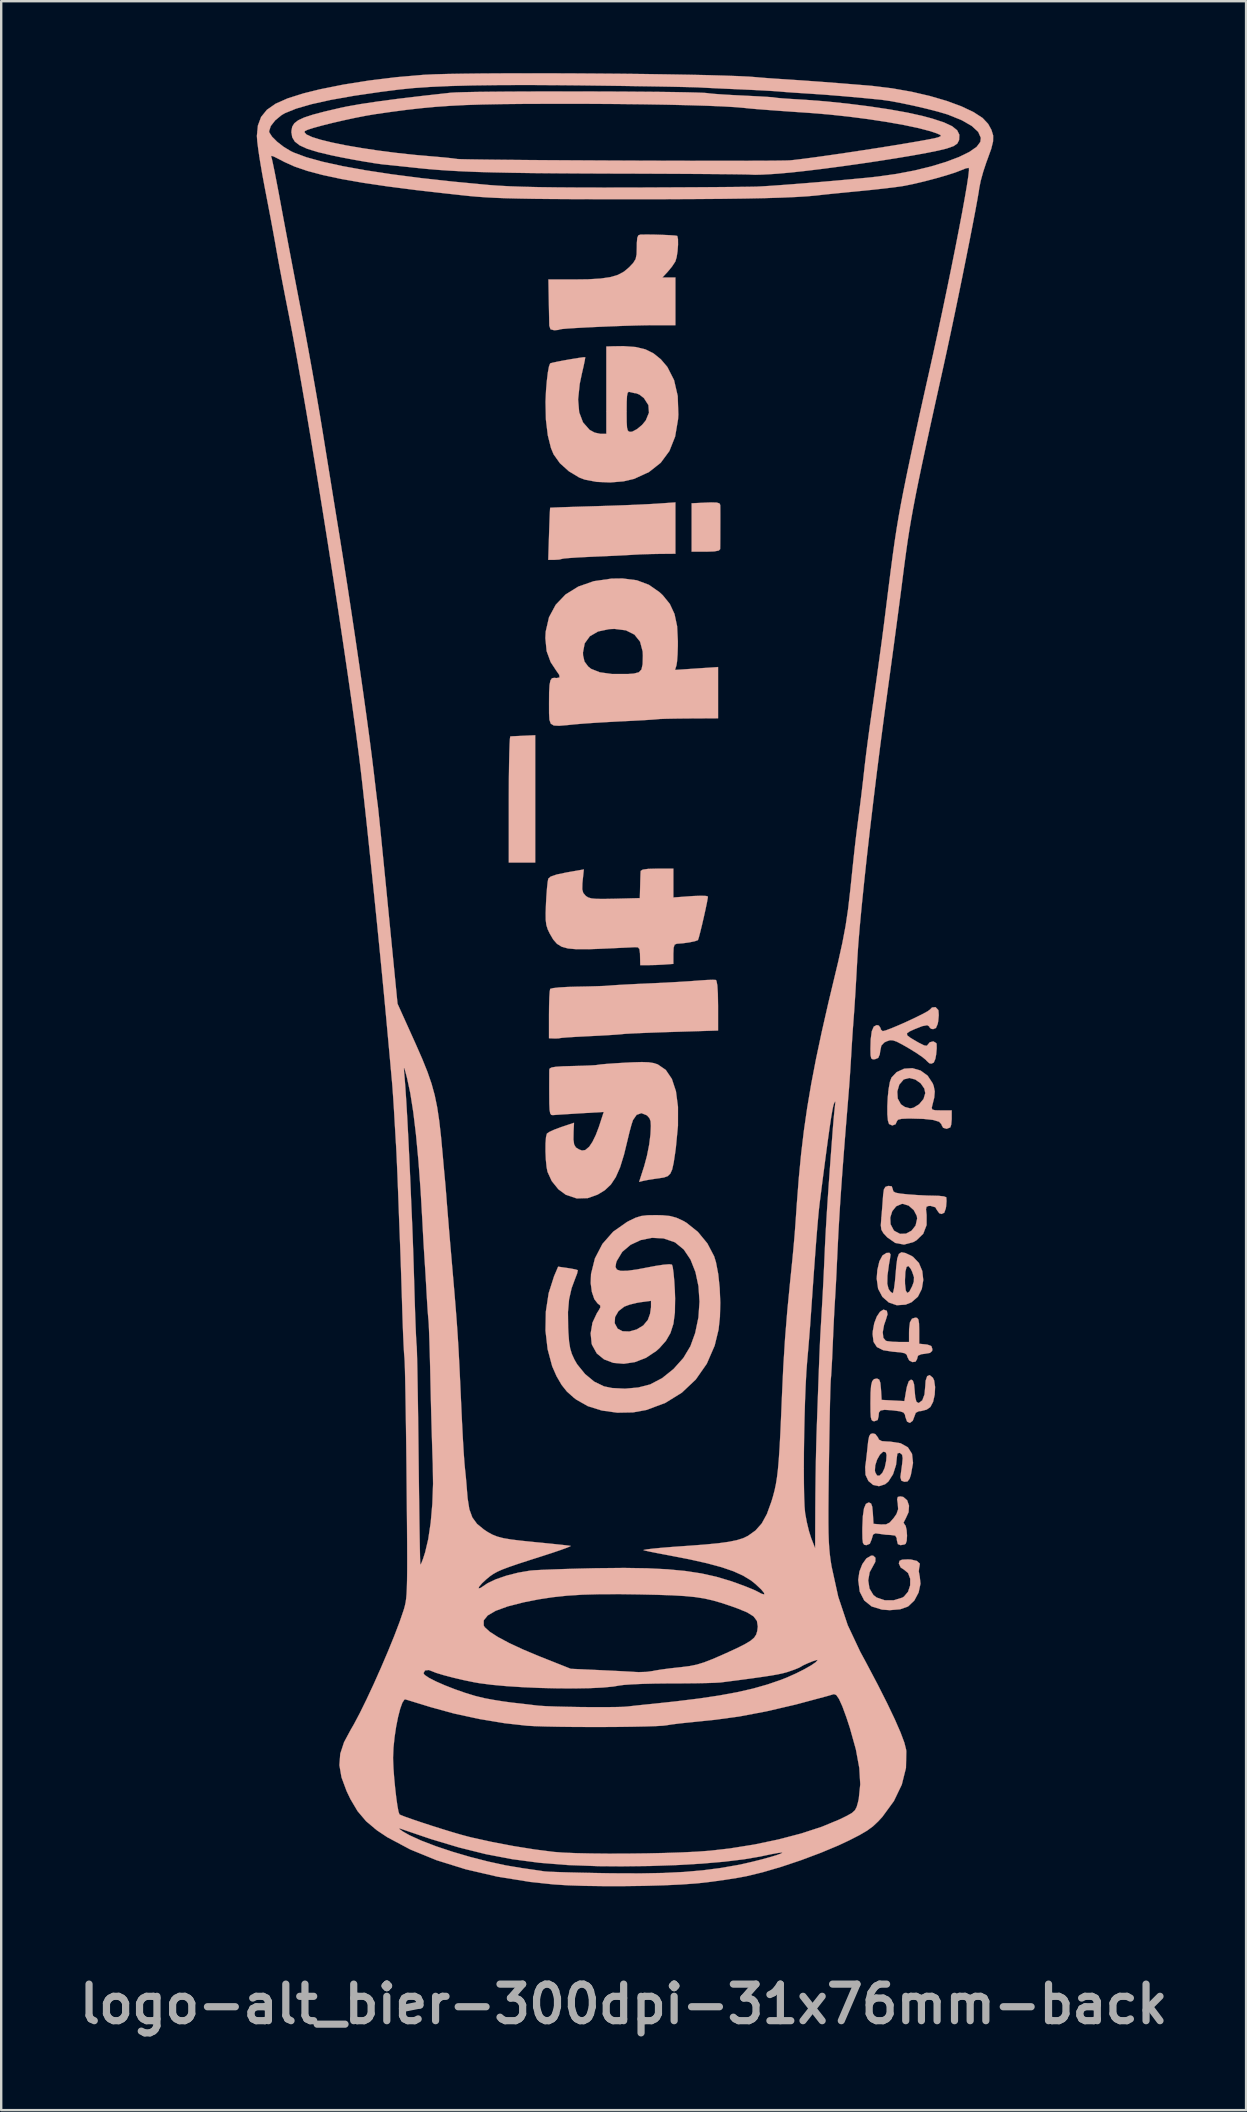
<source format=kicad_pcb>
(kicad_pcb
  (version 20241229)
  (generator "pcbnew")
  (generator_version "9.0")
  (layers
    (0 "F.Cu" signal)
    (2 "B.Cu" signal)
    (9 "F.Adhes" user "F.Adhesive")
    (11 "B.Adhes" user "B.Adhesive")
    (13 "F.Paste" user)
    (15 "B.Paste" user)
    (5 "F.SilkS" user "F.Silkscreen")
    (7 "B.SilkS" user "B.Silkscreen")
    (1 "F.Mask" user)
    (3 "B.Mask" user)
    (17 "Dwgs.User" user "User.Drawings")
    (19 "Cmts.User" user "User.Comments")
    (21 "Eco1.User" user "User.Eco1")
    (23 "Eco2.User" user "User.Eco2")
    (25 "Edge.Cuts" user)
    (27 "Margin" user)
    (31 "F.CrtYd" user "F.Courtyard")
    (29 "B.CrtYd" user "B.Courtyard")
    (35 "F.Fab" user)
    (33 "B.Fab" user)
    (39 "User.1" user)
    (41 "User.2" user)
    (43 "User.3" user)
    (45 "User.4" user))
  (footprint "logo-alt_bier-300dpi-31x76mm-back"
    (layer "F.Cu")
    (at 22.89 38.222)
    (property "Reference" "logo-alt_bier-300dpi-31x76mm-back" (at 0.05 42.25 0) (layer "F.Fab") (effects (font (size 1.524 1.524) (thickness 0.3))))
    (attr through_hole)
    (fp_poly (pts (xy -4.122 -10.61) (xy -4.397 -10.597) (xy -4.6 -10.587) (xy -4.672 -10.582) (xy -4.688 -10.499) (xy -4.702 -10.267) (xy -4.714 -9.907) (xy -4.724 -9.438) (xy -4.732 -8.882) (xy -4.735 -8.259) (xy -4.736 -7.951) (xy -4.736 -5.326) (xy -3.635 -5.326) (xy -3.635 -10.632) (xy -4.122 -10.61)) (stroke (width 0.01) (type solid)) (fill yes) (layer "B.SilkS"))
    (fp_poly (pts (xy 3.477 -20.326) (xy 2.884 -20.298) (xy 2.884 -18.28) (xy 3.477 -18.28) (xy 3.823 -18.292) (xy 4.016 -18.328) (xy 4.072 -18.386) (xy 4.075 -18.556) (xy 4.077 -18.835) (xy 4.078 -19.175) (xy 4.079 -19.532) (xy 4.079 -19.857) (xy 4.078 -20.105) (xy 4.076 -20.227) (xy 4.042 -20.294) (xy 3.926 -20.328) (xy 3.694 -20.334) (xy 3.477 -20.326)) (stroke (width 0.01) (type solid)) (fill yes) (layer "B.SilkS"))
    (fp_poly (pts (xy 1.424 -20.281) (xy 1.094 -20.262) (xy 0.635 -20.24) (xy 0.088 -20.217) (xy -0.506 -20.196) (xy -1.107 -20.177) (xy -1.18 -20.175) (xy -1.715 -20.159) (xy -2.189 -20.144) (xy -2.578 -20.131) (xy -2.856 -20.12) (xy -2.998 -20.113) (xy -3.012 -20.111) (xy -3.019 -20.028) (xy -3.03 -19.807) (xy -3.042 -19.481) (xy -3.056 -19.083) (xy -3.058 -19.021) (xy -3.092 -17.941) (xy -2.827 -17.941) (xy -2.631 -17.953) (xy -2.524 -17.98) (xy -2.523 -17.981) (xy -2.429 -17.998) (xy -2.197 -18.018) (xy -1.856 -18.041) (xy -1.437 -18.062) (xy -1.218 -18.072) (xy -0.732 -18.093) (xy -0.269 -18.114) (xy 0.126 -18.134) (xy 0.41 -18.15) (xy 0.471 -18.154) (xy 0.775 -18.17) (xy 1.164 -18.182) (xy 1.551 -18.189) (xy 2.207 -18.195) (xy 2.207 -20.335) (xy 1.424 -20.281)) (stroke (width 0.01) (type solid)) (fill yes) (layer "B.SilkS"))
    (fp_poly (pts (xy 10.359 23.561) (xy 10.167 23.675) (xy 9.998 23.912) (xy 9.876 24.223) (xy 9.827 24.562) (xy 9.827 24.578) (xy 9.889 25.06) (xy 10.076 25.426) (xy 10.385 25.676) (xy 10.816 25.808) (xy 11.139 25.831) (xy 11.573 25.795) (xy 11.889 25.683) (xy 11.913 25.669) (xy 12.165 25.429) (xy 12.343 25.094) (xy 12.421 24.729) (xy 12.391 24.439) (xy 12.35 24.217) (xy 12.367 24.054) (xy 12.373 24.044) (xy 12.395 23.893) (xy 12.271 23.78) (xy 12.021 23.72) (xy 11.891 23.715) (xy 11.657 23.726) (xy 11.548 23.774) (xy 11.52 23.879) (xy 11.52 23.886) (xy 11.597 24.054) (xy 11.724 24.135) (xy 11.904 24.283) (xy 11.993 24.521) (xy 11.991 24.798) (xy 11.903 25.064) (xy 11.731 25.267) (xy 11.663 25.309) (xy 11.299 25.42) (xy 10.924 25.417) (xy 10.596 25.305) (xy 10.458 25.2) (xy 10.295 24.928) (xy 10.243 24.589) (xy 10.304 24.246) (xy 10.428 24.02) (xy 10.539 23.814) (xy 10.544 23.647) (xy 10.449 23.56) (xy 10.359 23.561)) (stroke (width 0.01) (type solid)) (fill yes) (layer "B.SilkS"))
    (fp_poly (pts (xy 10.734 13.396) (xy 10.6 13.595) (xy 10.494 13.873) (xy 10.434 14.199) (xy 10.426 14.328) (xy 10.464 14.648) (xy 10.605 14.866) (xy 10.868 14.998) (xy 11.273 15.061) (xy 11.293 15.062) (xy 11.595 15.088) (xy 11.768 15.126) (xy 11.849 15.19) (xy 11.876 15.279) (xy 11.951 15.424) (xy 12.084 15.493) (xy 12.214 15.476) (xy 12.281 15.364) (xy 12.282 15.344) (xy 12.318 15.225) (xy 12.455 15.165) (xy 12.6 15.147) (xy 12.816 15.11) (xy 12.906 15.029) (xy 12.917 14.952) (xy 12.873 14.825) (xy 12.713 14.765) (xy 12.642 14.756) (xy 12.367 14.729) (xy 12.367 14.184) (xy 12.361 13.887) (xy 12.336 13.722) (xy 12.282 13.652) (xy 12.207 13.639) (xy 12.066 13.684) (xy 11.982 13.835) (xy 11.947 14.117) (xy 11.944 14.281) (xy 11.944 14.655) (xy 11.527 14.655) (xy 11.254 14.645) (xy 11.038 14.62) (xy 10.977 14.604) (xy 10.873 14.481) (xy 10.848 14.247) (xy 10.903 13.943) (xy 10.972 13.749) (xy 11.048 13.501) (xy 11.02 13.36) (xy 11.012 13.351) (xy 10.877 13.305) (xy 10.734 13.396)) (stroke (width 0.01) (type solid)) (fill yes) (layer "B.SilkS"))
    (fp_poly (pts (xy 11.52 10.986) (xy 11.453 11.176) (xy 11.411 11.504) (xy 11.389 11.777) (xy 11.357 12.132) (xy 11.32 12.414) (xy 11.282 12.586) (xy 11.258 12.623) (xy 11.169 12.557) (xy 11.09 12.442) (xy 11.037 12.229) (xy 11.044 11.891) (xy 11.109 11.412) (xy 11.148 11.198) (xy 11.174 11.009) (xy 11.132 10.94) (xy 11.004 10.944) (xy 10.838 11.049) (xy 10.707 11.295) (xy 10.623 11.655) (xy 10.596 12.014) (xy 10.655 12.436) (xy 10.833 12.774) (xy 11.101 13.009) (xy 11.433 13.123) (xy 11.803 13.098) (xy 12.048 12.999) (xy 12.314 12.767) (xy 12.476 12.444) (xy 12.537 12.074) (xy 12.524 11.955) (xy 12.15 11.955) (xy 12.143 12.139) (xy 12.076 12.327) (xy 11.96 12.552) (xy 11.869 12.612) (xy 11.808 12.508) (xy 11.777 12.241) (xy 11.774 12.078) (xy 11.791 11.728) (xy 11.84 11.529) (xy 11.917 11.487) (xy 12.016 11.607) (xy 12.074 11.728) (xy 12.15 11.955) (xy 12.524 11.955) (xy 12.496 11.698) (xy 12.355 11.362) (xy 12.112 11.107) (xy 12.031 11.058) (xy 11.791 10.947) (xy 11.627 10.916) (xy 11.52 10.986)) (stroke (width 0.01) (type solid)) (fill yes) (layer "B.SilkS"))
    (fp_poly (pts (xy 11.475 21.113) (xy 11.448 21.213) (xy 11.474 21.393) (xy 11.49 21.624) (xy 11.421 21.823) (xy 11.306 21.99) (xy 11.14 22.179) (xy 10.984 22.256) (xy 10.772 22.259) (xy 10.462 22.233) (xy 10.436 21.788) (xy 10.411 21.522) (xy 10.362 21.387) (xy 10.276 21.345) (xy 10.257 21.344) (xy 10.146 21.403) (xy 10.067 21.589) (xy 10.019 21.915) (xy 9.998 22.392) (xy 9.997 22.55) (xy 10.002 22.855) (xy 10.023 23.027) (xy 10.073 23.104) (xy 10.161 23.122) (xy 10.168 23.122) (xy 10.309 23.065) (xy 10.388 22.875) (xy 10.392 22.86) (xy 10.445 22.681) (xy 10.545 22.628) (xy 10.696 22.648) (xy 10.975 22.687) (xy 11.192 22.699) (xy 11.369 22.724) (xy 11.431 22.829) (xy 11.436 22.91) (xy 11.478 23.079) (xy 11.591 23.122) (xy 11.752 23.094) (xy 11.803 23.066) (xy 11.847 22.939) (xy 11.86 22.728) (xy 11.844 22.499) (xy 11.804 22.319) (xy 11.758 22.256) (xy 11.715 22.184) (xy 11.796 22.026) (xy 11.801 22.018) (xy 11.925 21.747) (xy 11.943 21.477) (xy 11.866 21.252) (xy 11.704 21.113) (xy 11.579 21.09) (xy 11.475 21.113)) (stroke (width 0.01) (type solid)) (fill yes) (layer "B.SilkS"))
    (fp_poly (pts (xy 3.525 -0.432) (xy 3.207 -0.411) (xy 3.12 -0.404) (xy 2.789 -0.379) (xy 2.338 -0.351) (xy 1.82 -0.322) (xy 1.283 -0.296) (xy 1.074 -0.287) (xy 0.591 -0.265) (xy 0.149 -0.242) (xy -0.215 -0.222) (xy -0.466 -0.205) (xy -0.545 -0.198) (xy -0.726 -0.185) (xy -1.034 -0.173) (xy -1.427 -0.162) (xy -1.861 -0.153) (xy -1.88 -0.153) (xy -2.292 -0.141) (xy -2.639 -0.121) (xy -2.889 -0.093) (xy -3.007 -0.062) (xy -3.011 -0.058) (xy -3.031 0.054) (xy -3.047 0.298) (xy -3.057 0.638) (xy -3.061 1.009) (xy -3.061 1.998) (xy -2.841 2.006) (xy -2.669 2.004) (xy -2.597 1.99) (xy -2.509 1.978) (xy -2.282 1.96) (xy -1.948 1.939) (xy -1.539 1.918) (xy -1.389 1.91) (xy -0.941 1.888) (xy -0.54 1.865) (xy -0.221 1.844) (xy -0.025 1.827) (xy 0.002 1.823) (xy 0.145 1.811) (xy 0.43 1.796) (xy 0.829 1.778) (xy 1.314 1.759) (xy 1.858 1.74) (xy 2.097 1.733) (xy 3.985 1.675) (xy 3.985 0.637) (xy 3.977 0.142) (xy 3.955 -0.205) (xy 3.919 -0.396) (xy 3.893 -0.432) (xy 3.77 -0.439) (xy 3.525 -0.432)) (stroke (width 0.01) (type solid)) (fill yes) (layer "B.SilkS"))
    (fp_poly (pts (xy 0.778 -31.495) (xy 0.747 -31.494) (xy 0.663 -31.464) (xy 0.618 -31.36) (xy 0.6 -31.142) (xy 0.598 -30.97) (xy 0.59 -30.672) (xy 0.549 -30.475) (xy 0.448 -30.313) (xy 0.281 -30.135) (xy 0.063 -29.952) (xy -0.191 -29.816) (xy -0.509 -29.722) (xy -0.918 -29.663) (xy -1.444 -29.632) (xy -2.009 -29.625) (xy -3.085 -29.625) (xy -3.069 -28.757) (xy -3.062 -28.371) (xy -3.055 -28.031) (xy -3.05 -27.785) (xy -3.048 -27.699) (xy -2.997 -27.548) (xy -2.845 -27.509) (xy -2.677 -27.522) (xy -2.612 -27.543) (xy -2.517 -27.56) (xy -2.281 -27.581) (xy -1.931 -27.603) (xy -1.496 -27.627) (xy -1.003 -27.65) (xy -0.481 -27.672) (xy 0.043 -27.692) (xy 0.541 -27.707) (xy 0.984 -27.717) (xy 1.339 -27.72) (xy 2.207 -27.72) (xy 2.207 -28.715) (xy 2.207 -29.71) (xy 1.667 -29.71) (xy 1.884 -29.943) (xy 2.062 -30.158) (xy 2.199 -30.365) (xy 2.206 -30.377) (xy 2.258 -30.549) (xy 2.297 -30.802) (xy 2.317 -31.074) (xy 2.315 -31.305) (xy 2.287 -31.436) (xy 2.283 -31.44) (xy 2.191 -31.456) (xy 1.974 -31.471) (xy 1.679 -31.484) (xy 1.351 -31.494) (xy 1.036 -31.498) (xy 0.778 -31.495)) (stroke (width 0.01) (type solid)) (fill yes) (layer "B.SilkS"))
    (fp_poly (pts (xy 10.342 18.488) (xy 10.282 18.583) (xy 10.242 18.785) (xy 10.219 18.994) (xy 10.182 19.344) (xy 10.142 19.683) (xy 10.117 19.863) (xy 10.13 20.192) (xy 10.251 20.448) (xy 10.449 20.613) (xy 10.69 20.665) (xy 10.944 20.585) (xy 11.084 20.469) (xy 11.278 20.166) (xy 11.403 19.776) (xy 11.436 19.463) (xy 11.45 19.365) (xy 11.008 19.365) (xy 10.992 19.599) (xy 10.991 19.608) (xy 10.93 19.898) (xy 10.831 20.109) (xy 10.718 20.223) (xy 10.612 20.221) (xy 10.535 20.085) (xy 10.521 20.013) (xy 10.535 19.797) (xy 10.613 19.557) (xy 10.729 19.351) (xy 10.854 19.236) (xy 10.892 19.227) (xy 10.978 19.255) (xy 11.008 19.365) (xy 11.45 19.365) (xy 11.458 19.302) (xy 11.542 19.275) (xy 11.573 19.285) (xy 11.655 19.353) (xy 11.679 19.499) (xy 11.658 19.727) (xy 11.621 20.002) (xy 11.591 20.23) (xy 11.584 20.286) (xy 11.623 20.432) (xy 11.748 20.481) (xy 11.88 20.467) (xy 11.967 20.352) (xy 12.022 20.185) (xy 12.11 19.696) (xy 12.068 19.316) (xy 11.895 19.043) (xy 11.589 18.874) (xy 11.149 18.806) (xy 11.052 18.804) (xy 10.812 18.787) (xy 10.69 18.723) (xy 10.649 18.635) (xy 10.54 18.493) (xy 10.437 18.465) (xy 10.342 18.488)) (stroke (width 0.01) (type solid)) (fill yes) (layer "B.SilkS"))
    (fp_poly (pts (xy 12.699 16.08) (xy 12.635 16.27) (xy 12.621 16.486) (xy 12.588 16.842) (xy 12.497 17.086) (xy 12.357 17.192) (xy 12.326 17.195) (xy 12.249 17.139) (xy 12.202 16.954) (xy 12.181 16.709) (xy 12.153 16.416) (xy 12.103 16.263) (xy 12.028 16.222) (xy 11.932 16.294) (xy 11.855 16.518) (xy 11.825 16.67) (xy 11.749 17.118) (xy 11.275 17.093) (xy 10.801 17.068) (xy 10.775 16.624) (xy 10.749 16.358) (xy 10.702 16.223) (xy 10.616 16.18) (xy 10.594 16.179) (xy 10.483 16.203) (xy 10.408 16.291) (xy 10.363 16.47) (xy 10.341 16.766) (xy 10.335 17.202) (xy 10.338 17.562) (xy 10.351 17.785) (xy 10.383 17.904) (xy 10.439 17.95) (xy 10.504 17.957) (xy 10.638 17.906) (xy 10.674 17.751) (xy 10.689 17.594) (xy 10.76 17.509) (xy 10.92 17.482) (xy 11.205 17.499) (xy 11.289 17.508) (xy 11.562 17.543) (xy 11.708 17.592) (xy 11.772 17.678) (xy 11.791 17.777) (xy 11.862 17.973) (xy 11.98 18.027) (xy 12.099 17.937) (xy 12.154 17.793) (xy 12.224 17.606) (xy 12.356 17.539) (xy 12.445 17.534) (xy 12.679 17.473) (xy 12.834 17.363) (xy 12.946 17.15) (xy 13.014 16.849) (xy 13.03 16.529) (xy 12.99 16.257) (xy 12.937 16.145) (xy 12.803 16.034) (xy 12.699 16.08)) (stroke (width 0.01) (type solid)) (fill yes) (layer "B.SilkS"))
    (fp_poly (pts (xy 11.741 3.265) (xy 11.426 3.41) (xy 11.211 3.638) (xy 11.146 3.817) (xy 11.094 4.106) (xy 11.057 4.459) (xy 11.039 4.829) (xy 11.04 5.17) (xy 11.065 5.433) (xy 11.11 5.57) (xy 11.246 5.632) (xy 11.382 5.581) (xy 11.436 5.46) (xy 11.482 5.392) (xy 11.64 5.354) (xy 11.937 5.342) (xy 11.974 5.342) (xy 12.541 5.357) (xy 12.946 5.401) (xy 13.196 5.476) (xy 13.296 5.583) (xy 13.298 5.608) (xy 13.365 5.728) (xy 13.512 5.771) (xy 13.661 5.713) (xy 13.665 5.709) (xy 13.702 5.595) (xy 13.721 5.383) (xy 13.722 5.328) (xy 13.722 5.003) (xy 13.288 5.003) (xy 13.036 4.998) (xy 12.916 4.969) (xy 12.89 4.898) (xy 12.909 4.813) (xy 12.995 4.467) (xy 13.01 4.284) (xy 12.621 4.284) (xy 12.548 4.527) (xy 12.365 4.748) (xy 12.129 4.893) (xy 11.99 4.919) (xy 11.768 4.86) (xy 11.605 4.749) (xy 11.473 4.51) (xy 11.454 4.215) (xy 11.538 3.929) (xy 11.72 3.716) (xy 11.724 3.713) (xy 11.951 3.652) (xy 12.201 3.715) (xy 12.427 3.872) (xy 12.581 4.093) (xy 12.621 4.284) (xy 13.01 4.284) (xy 13.016 4.215) (xy 12.974 3.995) (xy 12.93 3.877) (xy 12.719 3.556) (xy 12.425 3.343) (xy 12.086 3.244) (xy 11.741 3.265)) (stroke (width 0.01) (type solid)) (fill yes) (layer "B.SilkS"))
    (fp_poly (pts (xy 10.959 8.191) (xy 10.896 8.298) (xy 10.865 8.516) (xy 10.859 8.602) (xy 10.834 8.944) (xy 10.803 9.334) (xy 10.787 9.512) (xy 10.768 9.795) (xy 10.791 9.976) (xy 10.877 10.124) (xy 11.038 10.296) (xy 11.372 10.528) (xy 11.735 10.595) (xy 12.114 10.495) (xy 12.252 10.418) (xy 12.535 10.145) (xy 12.675 9.783) (xy 12.676 9.513) (xy 12.282 9.513) (xy 12.217 9.8) (xy 12.05 10.015) (xy 11.82 10.139) (xy 11.569 10.149) (xy 11.337 10.028) (xy 11.305 9.995) (xy 11.175 9.749) (xy 11.161 9.47) (xy 11.244 9.205) (xy 11.409 8.999) (xy 11.64 8.901) (xy 11.688 8.898) (xy 11.93 8.973) (xy 12.142 9.16) (xy 12.268 9.403) (xy 12.282 9.513) (xy 12.676 9.513) (xy 12.676 9.361) (xy 12.651 9.129) (xy 12.672 9.019) (xy 12.76 8.985) (xy 12.842 8.983) (xy 13.038 9.04) (xy 13.104 9.152) (xy 13.204 9.29) (xy 13.299 9.321) (xy 13.412 9.268) (xy 13.476 9.087) (xy 13.489 9.004) (xy 13.506 8.781) (xy 13.498 8.637) (xy 13.493 8.623) (xy 13.396 8.587) (xy 13.183 8.564) (xy 13.01 8.559) (xy 12.691 8.552) (xy 12.292 8.532) (xy 11.914 8.505) (xy 11.583 8.471) (xy 11.387 8.434) (xy 11.293 8.38) (xy 11.267 8.299) (xy 11.266 8.287) (xy 11.221 8.165) (xy 11.076 8.151) (xy 10.959 8.191)) (stroke (width 0.01) (type solid)) (fill yes) (layer "B.SilkS"))
    (fp_poly (pts (xy 12.9 0.715) (xy 12.816 0.801) (xy 12.719 0.872) (xy 12.503 0.99) (xy 12.207 1.137) (xy 11.868 1.296) (xy 11.524 1.449) (xy 11.214 1.579) (xy 10.975 1.669) (xy 10.848 1.701) (xy 10.768 1.633) (xy 10.758 1.574) (xy 10.688 1.469) (xy 10.6 1.447) (xy 10.475 1.51) (xy 10.391 1.705) (xy 10.346 2.044) (xy 10.335 2.437) (xy 10.341 2.702) (xy 10.369 2.835) (xy 10.436 2.877) (xy 10.525 2.871) (xy 10.66 2.816) (xy 10.725 2.667) (xy 10.742 2.535) (xy 10.79 2.305) (xy 10.913 2.173) (xy 11.015 2.124) (xy 11.142 2.082) (xy 11.268 2.083) (xy 11.43 2.138) (xy 11.665 2.26) (xy 11.949 2.424) (xy 12.254 2.612) (xy 12.499 2.78) (xy 12.65 2.903) (xy 12.68 2.941) (xy 12.791 3.04) (xy 12.873 3.056) (xy 12.975 3.01) (xy 13.042 2.852) (xy 13.075 2.666) (xy 13.097 2.418) (xy 13.093 2.24) (xy 13.081 2.201) (xy 12.957 2.127) (xy 12.807 2.164) (xy 12.737 2.25) (xy 12.684 2.31) (xy 12.573 2.294) (xy 12.369 2.193) (xy 12.295 2.152) (xy 12.011 1.985) (xy 11.867 1.874) (xy 11.857 1.791) (xy 11.973 1.71) (xy 12.157 1.625) (xy 12.495 1.492) (xy 12.702 1.453) (xy 12.787 1.506) (xy 12.79 1.532) (xy 12.861 1.602) (xy 12.949 1.617) (xy 13.066 1.569) (xy 13.138 1.402) (xy 13.16 1.285) (xy 13.183 1.036) (xy 13.17 0.845) (xy 13.162 0.819) (xy 13.049 0.7) (xy 12.9 0.715)) (stroke (width 0.01) (type solid)) (fill yes) (layer "B.SilkS"))
    (fp_poly (pts (xy 1.071 -5.062) (xy 0.849 -5.032) (xy 0.761 -4.978) (xy 0.759 -4.966) (xy 0.752 -4.829) (xy 0.744 -4.582) (xy 0.738 -4.352) (xy 0.725 -3.844) (xy -0.32 -3.817) (xy -0.768 -3.809) (xy -1.08 -3.812) (xy -1.287 -3.831) (xy -1.423 -3.869) (xy -1.518 -3.929) (xy -1.536 -3.944) (xy -1.634 -4.061) (xy -1.675 -4.212) (xy -1.669 -4.454) (xy -1.658 -4.568) (xy -1.609 -5.039) (xy -2.322 -4.914) (xy -2.737 -4.828) (xy -2.991 -4.74) (xy -3.089 -4.656) (xy -3.116 -4.518) (xy -3.144 -4.254) (xy -3.17 -3.905) (xy -3.185 -3.633) (xy -3.2 -3.221) (xy -3.197 -2.934) (xy -3.171 -2.724) (xy -3.116 -2.547) (xy -3.028 -2.363) (xy -2.885 -2.119) (xy -2.729 -1.94) (xy -2.533 -1.818) (xy -2.269 -1.745) (xy -1.91 -1.713) (xy -1.431 -1.713) (xy -0.968 -1.73) (xy -0.505 -1.75) (xy -0.087 -1.77) (xy 0.249 -1.785) (xy 0.466 -1.796) (xy 0.514 -1.799) (xy 0.644 -1.792) (xy 0.708 -1.72) (xy 0.731 -1.539) (xy 0.734 -1.431) (xy 0.742 -1.05) (xy 1.072 -1.05) (xy 1.387 -1.056) (xy 1.722 -1.073) (xy 1.762 -1.076) (xy 2.122 -1.102) (xy 2.122 -1.521) (xy 2.133 -1.777) (xy 2.176 -1.905) (xy 2.264 -1.942) (xy 2.271 -1.943) (xy 2.517 -1.961) (xy 2.785 -1.998) (xy 3.013 -2.045) (xy 3.14 -2.09) (xy 3.146 -2.095) (xy 3.18 -2.192) (xy 3.238 -2.411) (xy 3.312 -2.711) (xy 3.39 -3.049) (xy 3.464 -3.381) (xy 3.523 -3.665) (xy 3.557 -3.859) (xy 3.562 -3.91) (xy 3.484 -3.934) (xy 3.276 -3.941) (xy 2.977 -3.932) (xy 2.842 -3.923) (xy 2.122 -3.87) (xy 2.122 -5.072) (xy 1.445 -5.072) (xy 1.071 -5.062)) (stroke (width 0.01) (type solid)) (fill yes) (layer "B.SilkS"))
    (fp_poly (pts (xy -0.397 -26.841) (xy -0.672 -26.831) (xy -0.672 -23.191) (xy -0.914 -23.191) (xy -1.159 -23.244) (xy -1.369 -23.358) (xy -1.644 -23.671) (xy -1.803 -24.091) (xy -1.848 -24.624) (xy -1.78 -25.274) (xy -1.694 -25.688) (xy -1.622 -26.001) (xy -1.571 -26.243) (xy -1.551 -26.374) (xy -1.552 -26.385) (xy -1.639 -26.382) (xy -1.844 -26.353) (xy -2.122 -26.308) (xy -2.425 -26.255) (xy -2.705 -26.201) (xy -2.916 -26.156) (xy -3.012 -26.128) (xy -3.012 -26.128) (xy -3.061 -26.002) (xy -3.109 -25.745) (xy -3.151 -25.394) (xy -3.185 -24.987) (xy -3.204 -24.562) (xy -3.205 -24.511) (xy -3.189 -23.78) (xy -3.111 -23.132) (xy -2.977 -22.597) (xy -2.869 -22.337) (xy -2.606 -21.968) (xy -2.233 -21.632) (xy -1.806 -21.374) (xy -1.57 -21.284) (xy -1.075 -21.19) (xy -0.512 -21.166) (xy 0.044 -21.212) (xy 0.488 -21.316) (xy 1.107 -21.601) (xy 1.595 -21.986) (xy 1.957 -22.476) (xy 2.196 -23.079) (xy 2.318 -23.801) (xy 2.33 -23.996) (xy 2.327 -24.074) (xy 1.106 -24.074) (xy 0.973 -23.751) (xy 0.818 -23.563) (xy 0.611 -23.391) (xy 0.419 -23.288) (xy 0.353 -23.275) (xy 0.272 -23.285) (xy 0.221 -23.335) (xy 0.191 -23.455) (xy 0.178 -23.677) (xy 0.175 -24.031) (xy 0.175 -24.131) (xy 0.178 -24.52) (xy 0.19 -24.767) (xy 0.216 -24.899) (xy 0.26 -24.943) (xy 0.309 -24.935) (xy 0.502 -24.889) (xy 0.567 -24.884) (xy 0.707 -24.828) (xy 0.883 -24.692) (xy 0.899 -24.676) (xy 1.082 -24.39) (xy 1.106 -24.074) (xy 2.327 -24.074) (xy 2.304 -24.77) (xy 2.151 -25.431) (xy 1.872 -25.979) (xy 1.601 -26.298) (xy 1.294 -26.545) (xy 0.956 -26.713) (xy 0.551 -26.81) (xy 0.045 -26.847) (xy -0.397 -26.841)) (stroke (width 0.01) (type solid)) (fill yes) (layer "B.SilkS"))
    (fp_poly (pts (xy -0.452 -17.159) (xy -1.197 -17.051) (xy -1.839 -16.827) (xy -2.371 -16.497) (xy -2.781 -16.068) (xy -3.06 -15.549) (xy -3.198 -14.951) (xy -3.212 -14.679) (xy -3.16 -14.14) (xy -2.993 -13.681) (xy -2.774 -13.348) (xy -2.634 -13.146) (xy -2.621 -13.041) (xy -2.738 -13.014) (xy -2.845 -13.023) (xy -2.937 -13.007) (xy -3 -12.916) (xy -3.038 -12.727) (xy -3.056 -12.417) (xy -3.059 -11.962) (xy -3.059 -11.941) (xy -3.058 -11.543) (xy -3.043 -11.275) (xy -2.986 -11.113) (xy -2.861 -11.037) (xy -2.639 -11.025) (xy -2.293 -11.054) (xy -1.984 -11.086) (xy -1.649 -11.114) (xy -1.196 -11.146) (xy -0.679 -11.177) (xy -0.15 -11.206) (xy 0.006 -11.213) (xy 0.468 -11.236) (xy 0.875 -11.258) (xy 1.196 -11.278) (xy 1.398 -11.293) (xy 1.445 -11.299) (xy 1.572 -11.309) (xy 1.835 -11.318) (xy 2.197 -11.325) (xy 2.626 -11.33) (xy 2.779 -11.331) (xy 3.985 -11.337) (xy 3.985 -13.474) (xy 2.19 -13.352) (xy 2.25 -13.54) (xy 2.276 -13.705) (xy 2.293 -13.945) (xy 0.851 -13.945) (xy 0.841 -13.591) (xy 0.793 -13.372) (xy 0.681 -13.254) (xy 0.475 -13.201) (xy 0.23 -13.183) (xy -0.434 -13.183) (xy -0.945 -13.254) (xy -1.306 -13.398) (xy -1.426 -13.493) (xy -1.582 -13.702) (xy -1.641 -13.959) (xy -1.645 -14.082) (xy -1.572 -14.462) (xy -1.359 -14.756) (xy -1.016 -14.955) (xy -0.553 -15.053) (xy -0.332 -15.063) (xy 0.145 -15.003) (xy 0.501 -14.824) (xy 0.735 -14.53) (xy 0.843 -14.122) (xy 0.851 -13.945) (xy 2.293 -13.945) (xy 2.297 -13.991) (xy 2.309 -14.349) (xy 2.31 -14.548) (xy 2.278 -15.177) (xy 2.17 -15.684) (xy 1.975 -16.103) (xy 1.679 -16.468) (xy 1.546 -16.591) (xy 1.104 -16.9) (xy 0.6 -17.089) (xy 0.007 -17.165) (xy -0.452 -17.159)) (stroke (width 0.01) (type solid)) (fill yes) (layer "B.SilkS"))
    (fp_poly (pts (xy 0.419 3) (xy 0.097 3.016) (xy -0.311 3.041) (xy -0.654 3.065) (xy -0.9 3.087) (xy -1.014 3.103) (xy -1.017 3.104) (xy -1.116 3.117) (xy -1.35 3.131) (xy -1.681 3.144) (xy -2.054 3.154) (xy -2.486 3.166) (xy -2.774 3.185) (xy -2.946 3.213) (xy -3.029 3.256) (xy -3.048 3.306) (xy -3.05 3.442) (xy -3.051 3.705) (xy -3.052 4.053) (xy -3.051 4.326) (xy -3.048 4.724) (xy -3.036 4.982) (xy -3.01 5.128) (xy -2.967 5.191) (xy -2.9 5.2) (xy -2.9 5.2) (xy -2.759 5.189) (xy -2.49 5.171) (xy -2.131 5.149) (xy -1.765 5.126) (xy -0.779 5.068) (xy -0.982 5.692) (xy -1.108 6.024) (xy -1.251 6.317) (xy -1.38 6.511) (xy -1.39 6.522) (xy -1.55 6.656) (xy -1.686 6.675) (xy -1.811 6.629) (xy -1.94 6.548) (xy -2.013 6.423) (xy -2.042 6.215) (xy -2.036 5.885) (xy -2.034 5.833) (xy -2.018 5.52) (xy -2.551 5.698) (xy -2.834 5.803) (xy -3.049 5.902) (xy -3.147 5.969) (xy -3.185 6.116) (xy -3.205 6.38) (xy -3.207 6.71) (xy -3.192 7.056) (xy -3.161 7.366) (xy -3.123 7.562) (xy -2.948 7.946) (xy -2.67 8.291) (xy -2.363 8.518) (xy -1.906 8.672) (xy -1.445 8.659) (xy -1.032 8.512) (xy -0.731 8.328) (xy -0.483 8.094) (xy -0.277 7.783) (xy -0.097 7.374) (xy 0.067 6.841) (xy 0.215 6.231) (xy 0.295 5.898) (xy 0.376 5.6) (xy 0.439 5.408) (xy 0.591 5.189) (xy 0.791 5.118) (xy 1.008 5.204) (xy 1.038 5.229) (xy 1.126 5.328) (xy 1.173 5.454) (xy 1.185 5.652) (xy 1.17 5.968) (xy 1.166 6.019) (xy 1.114 6.432) (xy 1.021 6.9) (xy 0.909 7.318) (xy 0.696 7.982) (xy 0.88 7.937) (xy 1.069 7.9) (xy 1.348 7.856) (xy 1.515 7.833) (xy 1.731 7.799) (xy 1.886 7.744) (xy 1.994 7.641) (xy 2.073 7.464) (xy 2.135 7.185) (xy 2.197 6.776) (xy 2.227 6.551) (xy 2.314 5.64) (xy 2.315 4.857) (xy 2.23 4.206) (xy 2.06 3.691) (xy 1.806 3.316) (xy 1.471 3.086) (xy 1.301 3.031) (xy 1.093 2.999) (xy 0.811 2.989) (xy 0.419 3)) (stroke (width 0.01) (type solid)) (fill yes) (layer "B.SilkS"))
    (fp_poly (pts (xy 1.039 9.373) (xy 0.775 9.405) (xy 0.541 9.479) (xy 0.266 9.613) (xy 0.189 9.654) (xy -0.385 10.057) (xy -0.834 10.568) (xy -1.147 11.17) (xy -1.309 11.821) (xy -1.323 12.203) (xy -1.274 12.568) (xy -1.172 12.868) (xy -1.03 13.054) (xy -1.018 13.061) (xy -0.927 13.133) (xy -0.922 13.217) (xy -1.007 13.368) (xy -1.06 13.446) (xy -1.247 13.845) (xy -1.325 14.295) (xy -1.283 14.722) (xy -1.266 14.777) (xy -1.07 15.131) (xy -0.765 15.38) (xy -0.381 15.525) (xy 0.057 15.563) (xy 0.52 15.493) (xy 0.983 15.314) (xy 1.416 15.025) (xy 1.54 14.913) (xy 1.81 14.61) (xy 2.001 14.282) (xy 2.124 13.898) (xy 2.186 13.426) (xy 2.189 13.209) (xy 1.191 13.209) (xy 1.15 13.483) (xy 1.059 13.735) (xy 0.867 13.966) (xy 0.594 14.132) (xy 0.291 14.217) (xy 0.006 14.208) (xy -0.2 14.099) (xy -0.323 13.872) (xy -0.307 13.613) (xy -0.163 13.366) (xy 0.08 13.179) (xy 0.307 13.095) (xy 0.61 13.022) (xy 0.754 12.998) (xy 1.191 12.94) (xy 1.191 13.209) (xy 2.189 13.209) (xy 2.195 12.836) (xy 2.184 12.51) (xy 2.16 12.111) (xy 2.129 11.774) (xy 2.096 11.535) (xy 2.064 11.431) (xy 1.954 11.415) (xy 1.715 11.434) (xy 1.383 11.484) (xy 1.146 11.529) (xy 0.598 11.633) (xy 0.196 11.688) (xy -0.076 11.691) (xy -0.232 11.638) (xy -0.289 11.528) (xy -0.263 11.356) (xy -0.235 11.276) (xy -0.008 10.899) (xy 0.337 10.606) (xy 0.763 10.407) (xy 1.233 10.314) (xy 1.712 10.338) (xy 2.163 10.491) (xy 2.206 10.514) (xy 2.558 10.803) (xy 2.838 11.221) (xy 3.043 11.74) (xy 3.169 12.332) (xy 3.212 12.972) (xy 3.167 13.631) (xy 3.031 14.283) (xy 2.832 14.833) (xy 2.539 15.321) (xy 2.13 15.779) (xy 1.653 16.162) (xy 1.156 16.423) (xy 1.148 16.426) (xy 0.659 16.551) (xy 0.105 16.601) (xy -0.435 16.573) (xy -0.768 16.504) (xy -1.173 16.309) (xy -1.561 15.988) (xy -1.889 15.582) (xy -2.002 15.387) (xy -2.108 15.154) (xy -2.178 14.921) (xy -2.224 14.637) (xy -2.253 14.255) (xy -2.263 14.044) (xy -2.27 13.404) (xy -2.224 12.876) (xy -2.118 12.411) (xy -1.969 12.009) (xy -1.89 11.804) (xy -1.861 11.676) (xy -1.865 11.66) (xy -1.962 11.63) (xy -2.169 11.591) (xy -2.29 11.572) (xy -2.68 11.516) (xy -2.852 11.921) (xy -3.075 12.621) (xy -3.192 13.389) (xy -3.207 14.182) (xy -3.118 14.956) (xy -2.928 15.666) (xy -2.749 16.075) (xy -2.536 16.442) (xy -2.317 16.718) (xy -2.032 16.973) (xy -1.923 17.057) (xy -1.443 17.329) (xy -0.859 17.512) (xy -0.216 17.601) (xy 0.442 17.589) (xy 0.998 17.488) (xy 1.788 17.193) (xy 2.477 16.766) (xy 3.057 16.218) (xy 3.516 15.56) (xy 3.844 14.805) (xy 4.006 14.138) (xy 4.063 13.61) (xy 4.078 13.015) (xy 4.053 12.405) (xy 3.993 11.828) (xy 3.899 11.336) (xy 3.823 11.087) (xy 3.54 10.547) (xy 3.142 10.064) (xy 2.669 9.686) (xy 2.514 9.597) (xy 2.244 9.475) (xy 1.984 9.405) (xy 1.666 9.374) (xy 1.403 9.368) (xy 1.039 9.373)) (stroke (width 0.01) (type solid)) (fill yes) (layer "B.SilkS"))
    (fp_poly (pts (xy -3.325 -37.46) (xy -4.119 -37.458) (xy -4.861 -37.454) (xy -5.533 -37.448) (xy -6.116 -37.441) (xy -6.592 -37.431) (xy -6.942 -37.42) (xy -7.149 -37.408) (xy -8.326 -37.277) (xy -9.341 -37.156) (xy -10.201 -37.042) (xy -10.913 -36.935) (xy -11.484 -36.834) (xy -11.762 -36.775) (xy -12.404 -36.625) (xy -12.897 -36.495) (xy -13.261 -36.376) (xy -13.514 -36.258) (xy -13.675 -36.133) (xy -13.762 -35.991) (xy -13.793 -35.823) (xy -13.795 -35.764) (xy -13.762 -35.552) (xy -13.654 -35.372) (xy -13.453 -35.216) (xy -13.142 -35.073) (xy -12.706 -34.938) (xy -12.128 -34.8) (xy -11.706 -34.713) (xy -11.216 -34.62) (xy -10.74 -34.536) (xy -10.323 -34.468) (xy -10.011 -34.424) (xy -9.943 -34.417) (xy -9.619 -34.385) (xy -9.202 -34.341) (xy -8.766 -34.295) (xy -8.63 -34.28) (xy -8.18 -34.234) (xy -7.714 -34.195) (xy -7.219 -34.161) (xy -6.678 -34.132) (xy -6.077 -34.107) (xy -5.401 -34.088) (xy -4.634 -34.072) (xy -3.76 -34.059) (xy -2.766 -34.05) (xy -1.635 -34.043) (xy -0.352 -34.038) (xy -0.129 -34.038) (xy 0.81 -34.035) (xy 1.701 -34.031) (xy 2.53 -34.027) (xy 3.283 -34.022) (xy 3.943 -34.017) (xy 4.496 -34.012) (xy 4.928 -34.006) (xy 5.223 -34.001) (xy 5.366 -33.995) (xy 5.374 -33.994) (xy 5.529 -33.988) (xy 5.809 -33.995) (xy 6.171 -34.014) (xy 6.483 -34.035) (xy 7.021 -34.083) (xy 7.659 -34.153) (xy 8.368 -34.239) (xy 9.124 -34.339) (xy 9.899 -34.448) (xy 10.668 -34.562) (xy 11.404 -34.678) (xy 12.081 -34.791) (xy 12.672 -34.898) (xy 13.151 -34.995) (xy 13.493 -35.077) (xy 13.53 -35.088) (xy 13.805 -35.185) (xy 13.956 -35.29) (xy 14.028 -35.433) (xy 14.03 -35.441) (xy 14.038 -35.601) (xy 13.27 -35.601) (xy 13.163 -35.551) (xy 13.01 -35.511) (xy 12.714 -35.453) (xy 12.298 -35.378) (xy 11.787 -35.291) (xy 11.204 -35.195) (xy 10.575 -35.095) (xy 9.923 -34.995) (xy 9.271 -34.896) (xy 8.646 -34.805) (xy 8.069 -34.724) (xy 7.566 -34.657) (xy 7.161 -34.608) (xy 6.991 -34.59) (xy 6.838 -34.584) (xy 6.534 -34.579) (xy 6.095 -34.575) (xy 5.538 -34.573) (xy 4.877 -34.571) (xy 4.128 -34.571) (xy 3.308 -34.571) (xy 2.432 -34.573) (xy 1.516 -34.575) (xy 0.575 -34.578) (xy -0.374 -34.582) (xy -1.317 -34.587) (xy -2.236 -34.592) (xy -3.117 -34.597) (xy -3.943 -34.603) (xy -4.7 -34.61) (xy -5.37 -34.617) (xy -5.938 -34.624) (xy -6.389 -34.631) (xy -6.707 -34.638) (xy -6.876 -34.645) (xy -6.895 -34.648) (xy -7.102 -34.676) (xy -7.415 -34.709) (xy -7.773 -34.741) (xy -7.826 -34.745) (xy -8.632 -34.815) (xy -9.421 -34.9) (xy -10.179 -34.998) (xy -10.889 -35.105) (xy -11.536 -35.217) (xy -12.103 -35.333) (xy -12.574 -35.448) (xy -12.933 -35.56) (xy -13.165 -35.666) (xy -13.252 -35.761) (xy -13.233 -35.81) (xy -13.112 -35.867) (xy -12.857 -35.948) (xy -12.499 -36.046) (xy -12.071 -36.153) (xy -11.603 -36.261) (xy -11.129 -36.363) (xy -10.679 -36.451) (xy -10.286 -36.517) (xy -10.28 -36.518) (xy -9.601 -36.615) (xy -8.976 -36.697) (xy -8.382 -36.764) (xy -7.796 -36.819) (xy -7.194 -36.861) (xy -6.551 -36.894) (xy -5.845 -36.917) (xy -5.051 -36.933) (xy -4.144 -36.942) (xy -3.103 -36.946) (xy -2.619 -36.947) (xy -1.409 -36.945) (xy -0.253 -36.938) (xy 0.835 -36.926) (xy 1.841 -36.909) (xy 2.748 -36.888) (xy 3.543 -36.864) (xy 4.21 -36.836) (xy 4.735 -36.805) (xy 5.043 -36.778) (xy 5.293 -36.752) (xy 5.608 -36.724) (xy 6.011 -36.693) (xy 6.523 -36.655) (xy 7.165 -36.61) (xy 7.795 -36.567) (xy 8.6 -36.501) (xy 9.423 -36.413) (xy 10.236 -36.308) (xy 11.012 -36.19) (xy 11.723 -36.064) (xy 12.339 -35.934) (xy 12.834 -35.804) (xy 13.088 -35.718) (xy 13.252 -35.647) (xy 13.27 -35.601) (xy 14.038 -35.601) (xy 14.041 -35.656) (xy 13.949 -35.843) (xy 13.739 -36.012) (xy 13.398 -36.171) (xy 12.912 -36.33) (xy 12.496 -36.442) (xy 11.871 -36.58) (xy 11.118 -36.715) (xy 10.275 -36.841) (xy 9.384 -36.953) (xy 8.485 -37.046) (xy 7.617 -37.113) (xy 7.414 -37.125) (xy 7.017 -37.149) (xy 6.685 -37.172) (xy 6.452 -37.192) (xy 6.354 -37.206) (xy 6.354 -37.206) (xy 6.259 -37.219) (xy 6.024 -37.236) (xy 5.682 -37.256) (xy 5.263 -37.277) (xy 5.042 -37.288) (xy 4.579 -37.311) (xy 4.161 -37.336) (xy 3.826 -37.36) (xy 3.609 -37.381) (xy 3.562 -37.389) (xy 3.414 -37.402) (xy 3.115 -37.414) (xy 2.683 -37.425) (xy 2.138 -37.435) (xy 1.497 -37.443) (xy 0.778 -37.449) (xy 0.001 -37.455) (xy -0.816 -37.458) (xy -1.655 -37.461) (xy -2.498 -37.461) (xy -3.325 -37.46)) (stroke (width 0.01) (type solid)) (fill yes) (layer "B.SilkS"))
    (fp_poly (pts (xy -4.985 -38.215) (xy -5.842 -38.21) (xy -6.613 -38.201) (xy -7.283 -38.19) (xy -7.831 -38.175) (xy -8.24 -38.156) (xy -8.292 -38.153) (xy -9.427 -38.055) (xy -10.555 -37.917) (xy -11.631 -37.746) (xy -12.614 -37.549) (xy -13.294 -37.38) (xy -13.95 -37.173) (xy -14.453 -36.95) (xy -14.817 -36.696) (xy -15.059 -36.397) (xy -15.192 -36.04) (xy -15.234 -35.61) (xy -15.234 -35.603) (xy -15.218 -35.376) (xy -15.173 -35.018) (xy -15.103 -34.561) (xy -15.015 -34.041) (xy -14.913 -33.491) (xy -14.899 -33.419) (xy -14.787 -32.836) (xy -14.675 -32.25) (xy -14.573 -31.704) (xy -14.488 -31.238) (xy -14.428 -30.896) (xy -14.428 -30.895) (xy -14.369 -30.568) (xy -14.285 -30.114) (xy -14.181 -29.569) (xy -14.066 -28.974) (xy -13.946 -28.365) (xy -13.91 -28.186) (xy -13.751 -27.364) (xy -13.573 -26.394) (xy -13.379 -25.298) (xy -13.171 -24.097) (xy -12.954 -22.81) (xy -12.731 -21.458) (xy -12.505 -20.063) (xy -12.279 -18.644) (xy -12.057 -17.222) (xy -11.841 -15.819) (xy -11.636 -14.454) (xy -11.444 -13.149) (xy -11.268 -11.923) (xy -11.113 -10.798) (xy -10.981 -9.795) (xy -10.962 -9.644) (xy -10.902 -9.148) (xy -10.828 -8.506) (xy -10.744 -7.739) (xy -10.65 -6.871) (xy -10.55 -5.923) (xy -10.445 -4.919) (xy -10.338 -3.879) (xy -10.231 -2.827) (xy -10.127 -1.785) (xy -10.028 -0.774) (xy -9.936 0.182) (xy -9.853 1.062) (xy -9.818 1.447) (xy -9.765 2.026) (xy -9.715 2.573) (xy -9.671 3.058) (xy -9.636 3.448) (xy -9.612 3.714) (xy -9.606 3.776) (xy -9.583 4.056) (xy -9.556 4.439) (xy -9.529 4.855) (xy -9.52 5.003) (xy -9.494 5.455) (xy -9.466 5.935) (xy -9.441 6.355) (xy -9.435 6.443) (xy -9.418 6.765) (xy -9.398 7.205) (xy -9.376 7.709) (xy -9.356 8.226) (xy -9.351 8.348) (xy -9.33 8.909) (xy -9.308 9.518) (xy -9.285 10.105) (xy -9.266 10.6) (xy -9.265 10.634) (xy -9.249 11.056) (xy -9.23 11.598) (xy -9.21 12.209) (xy -9.19 12.838) (xy -9.175 13.343) (xy -9.157 13.882) (xy -9.138 14.381) (xy -9.118 14.809) (xy -9.1 15.133) (xy -9.084 15.323) (xy -9.083 15.333) (xy -9.075 15.471) (xy -9.065 15.762) (xy -9.055 16.19) (xy -9.044 16.738) (xy -9.033 17.391) (xy -9.022 18.132) (xy -9.011 18.944) (xy -9.001 19.812) (xy -8.995 20.455) (xy -8.985 21.483) (xy -8.977 22.355) (xy -8.972 23.088) (xy -8.97 23.694) (xy -8.971 24.189) (xy -8.976 24.587) (xy -8.984 24.903) (xy -8.996 25.151) (xy -9.013 25.345) (xy -9.035 25.5) (xy -9.063 25.631) (xy -9.095 25.752) (xy -9.119 25.831) (xy -9.283 26.311) (xy -9.504 26.892) (xy -9.768 27.54) (xy -10.059 28.221) (xy -10.361 28.9) (xy -10.661 29.543) (xy -10.943 30.117) (xy -11.191 30.586) (xy -11.318 30.805) (xy -11.601 31.331) (xy -11.76 31.815) (xy -11.795 32.292) (xy -11.708 32.797) (xy -11.498 33.365) (xy -11.336 33.705) (xy -11.039 34.206) (xy -10.683 34.627) (xy -10.227 35.009) (xy -9.797 35.295) (xy -8.841 35.805) (xy -7.746 36.252) (xy -6.532 36.63) (xy -5.219 36.935) (xy -3.828 37.159) (xy -2.873 37.26) (xy -2.292 37.297) (xy -1.583 37.321) (xy -0.787 37.332) (xy 0.055 37.332) (xy 0.903 37.321) (xy 1.715 37.298) (xy 2.45 37.264) (xy 3.067 37.22) (xy 3.181 37.209) (xy 3.705 37.149) (xy 4.272 37.07) (xy 4.807 36.985) (xy 5.163 36.919) (xy 5.845 36.754) (xy 6.622 36.526) (xy 7.443 36.251) (xy 8.253 35.947) (xy 8.286 35.934) (xy 6.665 35.934) (xy 6.61 35.973) (xy 6.424 36.041) (xy 6.138 36.127) (xy 5.788 36.223) (xy 5.405 36.319) (xy 5.023 36.407) (xy 4.789 36.455) (xy 4.073 36.579) (xy 3.342 36.673) (xy 2.566 36.741) (xy 1.716 36.783) (xy 0.763 36.801) (xy -0.322 36.797) (xy -0.587 36.794) (xy -1.222 36.783) (xy -1.813 36.77) (xy -2.335 36.757) (xy -2.763 36.743) (xy -3.074 36.73) (xy -3.244 36.718) (xy -3.254 36.717) (xy -3.46 36.685) (xy -3.772 36.64) (xy -4.128 36.589) (xy -4.185 36.581) (xy -4.866 36.466) (xy -5.597 36.307) (xy -6.347 36.115) (xy -7.083 35.899) (xy -7.772 35.669) (xy -8.381 35.436) (xy -8.878 35.21) (xy -9.141 35.061) (xy -9.282 34.961) (xy -9.303 34.924) (xy -9.265 34.933) (xy -7.991 35.367) (xy -6.813 35.72) (xy -5.693 35.999) (xy -4.591 36.209) (xy -3.468 36.358) (xy -2.286 36.453) (xy -1.004 36.5) (xy -0.037 36.507) (xy 1.134 36.493) (xy 2.252 36.455) (xy 3.295 36.395) (xy 4.24 36.314) (xy 5.066 36.214) (xy 5.75 36.097) (xy 5.859 36.073) (xy 6.198 36.002) (xy 6.469 35.952) (xy 6.633 35.931) (xy 6.665 35.934) (xy 8.286 35.934) (xy 9.001 35.635) (xy 9.446 35.426) (xy 9.876 35.206) (xy 10.193 35.021) (xy 10.44 34.84) (xy 10.66 34.633) (xy 10.834 34.442) (xy 11.312 33.788) (xy 11.641 33.104) (xy 11.645 33.089) (xy 9.911 33.089) (xy 9.849 33.692) (xy 9.814 33.847) (xy 9.761 34.034) (xy 9.69 34.168) (xy 9.569 34.279) (xy 9.362 34.398) (xy 9.036 34.557) (xy 9.031 34.559) (xy 8.309 34.858) (xy 7.455 35.137) (xy 6.505 35.386) (xy 5.496 35.598) (xy 4.465 35.763) (xy 3.638 35.857) (xy 3.116 35.895) (xy 2.481 35.926) (xy 1.763 35.95) (xy 0.995 35.967) (xy 0.209 35.976) (xy -0.564 35.978) (xy -1.292 35.971) (xy -1.943 35.957) (xy -2.485 35.934) (xy -2.855 35.906) (xy -3.655 35.804) (xy -4.541 35.662) (xy -5.44 35.491) (xy -6.279 35.306) (xy -6.431 35.268) (xy -6.728 35.188) (xy -7.104 35.078) (xy -7.528 34.948) (xy -7.968 34.809) (xy -8.392 34.67) (xy -8.768 34.543) (xy -9.065 34.438) (xy -9.25 34.364) (xy -9.294 34.339) (xy -9.333 34.227) (xy -9.378 33.983) (xy -9.426 33.645) (xy -9.472 33.248) (xy -9.512 32.832) (xy -9.542 32.432) (xy -9.557 32.086) (xy -9.559 31.97) (xy -9.542 31.564) (xy -9.497 31.128) (xy -9.432 30.691) (xy -9.351 30.285) (xy -9.262 29.94) (xy -9.172 29.688) (xy -9.086 29.558) (xy -9.048 29.549) (xy -8.922 29.586) (xy -8.672 29.663) (xy -8.335 29.766) (xy -8.001 29.869) (xy -7.022 30.138) (xy -5.965 30.367) (xy -4.906 30.543) (xy -3.974 30.647) (xy -3.647 30.665) (xy -3.202 30.679) (xy -2.667 30.69) (xy -2.067 30.697) (xy -1.429 30.7) (xy -0.781 30.7) (xy -0.148 30.696) (xy 0.443 30.688) (xy 0.965 30.677) (xy 1.391 30.663) (xy 1.694 30.646) (xy 1.826 30.63) (xy 2.067 30.592) (xy 2.376 30.553) (xy 2.503 30.539) (xy 2.769 30.512) (xy 3.144 30.473) (xy 3.573 30.429) (xy 3.858 30.4) (xy 4.858 30.264) (xy 5.986 30.051) (xy 7.22 29.764) (xy 8.54 29.41) (xy 8.814 29.33) (xy 8.911 29.367) (xy 9.026 29.533) (xy 9.165 29.839) (xy 9.332 30.294) (xy 9.479 30.742) (xy 9.728 31.632) (xy 9.871 32.408) (xy 9.911 33.089) (xy 11.645 33.089) (xy 11.816 32.406) (xy 11.83 31.712) (xy 11.822 31.644) (xy 11.75 31.356) (xy 11.592 30.933) (xy 11.352 30.383) (xy 11.033 29.714) (xy 10.64 28.936) (xy 10.175 28.055) (xy 10.095 27.906) (xy 8.134 27.906) (xy 8.061 27.996) (xy 7.864 28.132) (xy 7.575 28.296) (xy 7.229 28.47) (xy 6.857 28.636) (xy 6.61 28.734) (xy 6.044 28.928) (xy 5.442 29.099) (xy 4.78 29.25) (xy 4.035 29.387) (xy 3.184 29.514) (xy 2.206 29.634) (xy 1.318 29.729) (xy 0.923 29.769) (xy 0.577 29.805) (xy 0.324 29.833) (xy 0.217 29.846) (xy 0.018 29.861) (xy -0.316 29.869) (xy -0.749 29.873) (xy -1.246 29.873) (xy -1.772 29.868) (xy -2.293 29.859) (xy -2.773 29.847) (xy -3.177 29.832) (xy -3.47 29.814) (xy -3.55 29.806) (xy -3.947 29.758) (xy -4.373 29.709) (xy -4.609 29.683) (xy -4.964 29.635) (xy -5.387 29.567) (xy -5.744 29.501) (xy -6.122 29.409) (xy -6.543 29.281) (xy -6.977 29.129) (xy -7.395 28.966) (xy -7.765 28.804) (xy -8.057 28.655) (xy -8.242 28.531) (xy -8.292 28.459) (xy -8.227 28.343) (xy -8.071 28.325) (xy -7.967 28.364) (xy -7.768 28.443) (xy -7.445 28.541) (xy -7.044 28.646) (xy -6.608 28.748) (xy -6.181 28.836) (xy -5.963 28.874) (xy -5.448 28.941) (xy -4.836 28.997) (xy -4.156 29.041) (xy -3.44 29.072) (xy -2.718 29.089) (xy -2.02 29.093) (xy -1.377 29.082) (xy -0.82 29.056) (xy -0.379 29.014) (xy -0.154 28.975) (xy 0.05 28.947) (xy 0.391 28.923) (xy 0.835 28.903) (xy 1.351 28.89) (xy 1.905 28.884) (xy 2.005 28.884) (xy 2.559 28.882) (xy 3.075 28.877) (xy 3.524 28.868) (xy 3.871 28.857) (xy 4.088 28.844) (xy 4.112 28.841) (xy 4.834 28.748) (xy 5.41 28.671) (xy 5.861 28.607) (xy 6.208 28.554) (xy 6.473 28.507) (xy 6.677 28.463) (xy 6.843 28.419) (xy 6.906 28.399) (xy 7.163 28.31) (xy 7.355 28.232) (xy 7.414 28.2) (xy 7.538 28.128) (xy 7.729 28.041) (xy 7.93 27.96) (xy 8.083 27.908) (xy 8.134 27.906) (xy 10.095 27.906) (xy 9.911 27.567) (xy 9.416 26.514) (xy 5.641 26.514) (xy 5.618 26.702) (xy 5.574 26.848) (xy 5.49 26.977) (xy 5.341 27.105) (xy 5.106 27.247) (xy 4.762 27.42) (xy 4.286 27.638) (xy 4.226 27.665) (xy 3.765 27.866) (xy 3.405 28.006) (xy 3.098 28.1) (xy 2.794 28.162) (xy 2.444 28.206) (xy 2.376 28.213) (xy 1.986 28.256) (xy 1.626 28.304) (xy 1.353 28.348) (xy 1.276 28.365) (xy 1.006 28.403) (xy 0.678 28.413) (xy 0.556 28.408) (xy 0.309 28.393) (xy -0.06 28.373) (xy -0.501 28.351) (xy -0.968 28.329) (xy -1.01 28.327) (xy -2.153 28.275) (xy -3.455 27.758) (xy -4.135 27.473) (xy -4.718 27.202) (xy -5.19 26.95) (xy -5.534 26.728) (xy -5.738 26.542) (xy -5.781 26.47) (xy -5.781 26.256) (xy -5.614 26.051) (xy -5.282 25.857) (xy -4.788 25.676) (xy -4.133 25.508) (xy -4.073 25.495) (xy -3.482 25.379) (xy -2.904 25.291) (xy -2.308 25.227) (xy -1.662 25.186) (xy -0.936 25.166) (xy -0.099 25.164) (xy 0.692 25.175) (xy 1.456 25.192) (xy 2.081 25.213) (xy 2.595 25.243) (xy 3.028 25.285) (xy 3.408 25.344) (xy 3.766 25.425) (xy 4.131 25.53) (xy 4.532 25.664) (xy 4.785 25.755) (xy 5.198 25.924) (xy 5.465 26.091) (xy 5.605 26.28) (xy 5.641 26.514) (xy 9.416 26.514) (xy 9.39 26.46) (xy 8.993 25.271) (xy 8.716 24.011) (xy 8.675 23.757) (xy 8.643 23.51) (xy 8.618 23.249) (xy 8.6 22.954) (xy 8.588 22.605) (xy 8.583 22.179) (xy 8.583 21.657) (xy 8.588 21.017) (xy 8.597 20.24) (xy 8.604 19.778) (xy 8.615 19.036) (xy 8.627 18.34) (xy 8.639 17.709) (xy 8.651 17.162) (xy 8.662 16.722) (xy 8.673 16.406) (xy 8.681 16.236) (xy 8.683 16.222) (xy 8.698 16.047) (xy 8.717 15.741) (xy 8.739 15.343) (xy 8.759 14.891) (xy 8.766 14.74) (xy 8.787 14.245) (xy 8.81 13.758) (xy 8.832 13.329) (xy 8.851 13.008) (xy 8.854 12.962) (xy 8.873 12.647) (xy 8.897 12.224) (xy 8.921 11.754) (xy 8.937 11.396) (xy 8.968 10.751) (xy 8.998 10.143) (xy 9.032 9.548) (xy 9.069 8.943) (xy 9.112 8.304) (xy 9.162 7.608) (xy 9.221 6.831) (xy 9.29 5.951) (xy 9.372 4.943) (xy 9.395 4.666) (xy 8.873 4.666) (xy 8.855 4.834) (xy 8.829 5.074) (xy 8.798 5.407) (xy 8.772 5.723) (xy 8.674 7.021) (xy 8.593 8.157) (xy 8.527 9.136) (xy 8.477 9.966) (xy 8.441 10.651) (xy 8.435 10.803) (xy 8.406 11.454) (xy 8.377 12.07) (xy 8.344 12.702) (xy 8.304 13.404) (xy 8.261 14.147) (xy 8.248 14.367) (xy 8.235 14.622) (xy 8.222 14.928) (xy 8.206 15.305) (xy 8.188 15.769) (xy 8.167 16.338) (xy 8.142 17.03) (xy 8.112 17.861) (xy 8.089 18.508) (xy 8.075 19.018) (xy 8.061 19.641) (xy 8.05 20.321) (xy 8.042 21) (xy 8.038 21.513) (xy 8.031 23.249) (xy 7.869 22.838) (xy 7.774 22.54) (xy 7.682 22.158) (xy 7.613 21.78) (xy 7.589 21.502) (xy 7.572 21.082) (xy 7.563 20.548) (xy 7.56 19.926) (xy 7.563 19.245) (xy 7.573 18.532) (xy 7.589 17.813) (xy 7.609 17.117) (xy 7.635 16.471) (xy 7.665 15.902) (xy 7.7 15.437) (xy 7.702 15.417) (xy 7.744 14.942) (xy 7.786 14.43) (xy 7.822 13.967) (xy 7.833 13.809) (xy 7.908 12.738) (xy 7.972 11.823) (xy 8.029 11.051) (xy 8.077 10.409) (xy 8.12 9.883) (xy 8.157 9.46) (xy 8.189 9.127) (xy 8.218 8.871) (xy 8.22 8.856) (xy 8.348 7.851) (xy 8.459 7.004) (xy 8.552 6.307) (xy 8.63 5.749) (xy 8.694 5.321) (xy 8.746 5.014) (xy 8.786 4.817) (xy 8.811 4.732) (xy 8.861 4.628) (xy 8.873 4.666) (xy 9.395 4.666) (xy 9.443 4.072) (xy 9.465 3.776) (xy 9.492 3.378) (xy 9.519 2.945) (xy 9.53 2.76) (xy 9.555 2.334) (xy 9.582 1.912) (xy 9.606 1.562) (xy 9.615 1.447) (xy 9.661 0.827) (xy 9.71 0.073) (xy 9.759 -0.781) (xy 9.788 -1.304) (xy 9.826 -1.891) (xy 9.887 -2.625) (xy 9.968 -3.488) (xy 10.067 -4.46) (xy 10.181 -5.521) (xy 10.309 -6.652) (xy 10.449 -7.833) (xy 10.597 -9.045) (xy 10.753 -10.268) (xy 10.913 -11.482) (xy 11.055 -12.523) (xy 11.163 -13.309) (xy 11.279 -14.162) (xy 11.396 -15.033) (xy 11.508 -15.875) (xy 11.609 -16.642) (xy 11.688 -17.264) (xy 11.755 -17.783) (xy 11.82 -18.262) (xy 11.885 -18.718) (xy 11.955 -19.169) (xy 12.033 -19.63) (xy 12.121 -20.118) (xy 12.223 -20.651) (xy 12.343 -21.245) (xy 12.483 -21.915) (xy 12.647 -22.68) (xy 12.837 -23.556) (xy 13.058 -24.56) (xy 13.312 -25.707) (xy 13.383 -26.027) (xy 13.524 -26.672) (xy 13.677 -27.385) (xy 13.837 -28.146) (xy 14 -28.931) (xy 14.161 -29.719) (xy 14.316 -30.489) (xy 14.461 -31.217) (xy 14.591 -31.883) (xy 14.702 -32.464) (xy 14.789 -32.938) (xy 14.849 -33.284) (xy 14.871 -33.435) (xy 14.929 -33.731) (xy 15.035 -34.114) (xy 15.053 -34.169) (xy 14.442 -34.169) (xy 14.413 -33.917) (xy 14.354 -33.53) (xy 14.267 -33.024) (xy 14.157 -32.415) (xy 14.024 -31.718) (xy 13.874 -30.947) (xy 13.708 -30.12) (xy 13.53 -29.25) (xy 13.343 -28.355) (xy 13.15 -27.448) (xy 12.954 -26.546) (xy 12.757 -25.663) (xy 12.705 -25.434) (xy 12.542 -24.706) (xy 12.366 -23.912) (xy 12.191 -23.105) (xy 12.025 -22.333) (xy 11.881 -21.649) (xy 11.815 -21.328) (xy 11.698 -20.747) (xy 11.598 -20.226) (xy 11.509 -19.734) (xy 11.427 -19.243) (xy 11.347 -18.721) (xy 11.265 -18.138) (xy 11.176 -17.464) (xy 11.075 -16.668) (xy 11.012 -16.163) (xy 10.911 -15.353) (xy 10.811 -14.584) (xy 10.706 -13.811) (xy 10.592 -12.986) (xy 10.46 -12.063) (xy 10.385 -11.549) (xy 10.306 -10.989) (xy 10.227 -10.407) (xy 10.156 -9.857) (xy 10.1 -9.394) (xy 10.081 -9.221) (xy 10.024 -8.714) (xy 9.956 -8.14) (xy 9.889 -7.6) (xy 9.868 -7.443) (xy 9.815 -7.037) (xy 9.77 -6.686) (xy 9.729 -6.356) (xy 9.69 -6.015) (xy 9.647 -5.627) (xy 9.597 -5.159) (xy 9.537 -4.578) (xy 9.491 -4.141) (xy 9.404 -3.386) (xy 9.3 -2.688) (xy 9.167 -1.985) (xy 8.996 -1.212) (xy 8.907 -0.839) (xy 8.582 0.518) (xy 8.304 1.742) (xy 8.067 2.858) (xy 7.868 3.897) (xy 7.701 4.884) (xy 7.562 5.848) (xy 7.447 6.816) (xy 7.351 7.816) (xy 7.269 8.875) (xy 7.247 9.194) (xy 7.212 9.708) (xy 7.177 10.177) (xy 7.136 10.649) (xy 7.087 11.172) (xy 7.024 11.794) (xy 6.991 12.115) (xy 6.871 13.35) (xy 6.777 14.513) (xy 6.704 15.688) (xy 6.652 16.814) (xy 6.615 17.7) (xy 6.582 18.437) (xy 6.55 19.044) (xy 6.517 19.541) (xy 6.482 19.949) (xy 6.442 20.286) (xy 6.396 20.574) (xy 6.342 20.831) (xy 6.277 21.078) (xy 6.21 21.302) (xy 6.02 21.825) (xy 5.807 22.215) (xy 5.546 22.51) (xy 5.229 22.736) (xy 5.028 22.832) (xy 4.77 22.913) (xy 4.435 22.982) (xy 3.999 23.042) (xy 3.443 23.096) (xy 2.744 23.149) (xy 2.546 23.162) (xy 2.058 23.197) (xy 1.618 23.233) (xy 1.256 23.268) (xy 0.999 23.3) (xy 0.879 23.324) (xy 0.874 23.327) (xy 0.944 23.349) (xy 1.15 23.394) (xy 1.461 23.456) (xy 1.846 23.529) (xy 1.89 23.537) (xy 2.782 23.71) (xy 3.523 23.876) (xy 4.133 24.041) (xy 4.629 24.211) (xy 5.03 24.393) (xy 5.356 24.592) (xy 5.543 24.741) (xy 5.781 24.965) (xy 5.904 25.114) (xy 5.909 25.177) (xy 5.792 25.144) (xy 5.657 25.071) (xy 5.463 24.977) (xy 5.154 24.851) (xy 4.778 24.711) (xy 4.482 24.608) (xy 3.906 24.437) (xy 3.295 24.301) (xy 2.628 24.199) (xy 1.883 24.128) (xy 1.038 24.086) (xy 0.072 24.071) (xy -1.038 24.082) (xy -1.18 24.084) (xy -1.804 24.099) (xy -2.395 24.116) (xy -2.924 24.134) (xy -3.364 24.152) (xy -3.686 24.169) (xy -3.847 24.183) (xy -4.341 24.267) (xy -4.832 24.392) (xy -5.272 24.543) (xy -5.613 24.704) (xy -5.717 24.773) (xy -5.91 24.903) (xy -5.994 24.924) (xy -5.973 24.853) (xy -5.85 24.709) (xy -5.664 24.536) (xy -5.523 24.42) (xy -5.381 24.322) (xy -5.215 24.229) (xy -5 24.134) (xy -4.712 24.026) (xy -4.329 23.895) (xy -3.826 23.732) (xy -3.343 23.578) (xy -2.918 23.44) (xy -2.565 23.32) (xy -2.307 23.226) (xy -2.17 23.168) (xy -2.157 23.153) (xy -2.265 23.138) (xy -2.511 23.11) (xy -2.866 23.073) (xy -3.298 23.029) (xy -3.61 22.999) (xy -4.188 22.94) (xy -4.628 22.887) (xy -4.96 22.831) (xy -5.216 22.764) (xy -5.427 22.679) (xy -5.623 22.57) (xy -5.773 22.47) (xy -6.06 22.235) (xy -6.256 21.967) (xy -6.38 21.625) (xy -6.452 21.17) (xy -6.466 21.005) (xy -6.496 20.631) (xy -6.501 20.569) (xy -7.892 20.569) (xy -7.922 21.396) (xy -7.99 22.176) (xy -8.093 22.869) (xy -8.222 23.418) (xy -8.31 23.691) (xy -8.38 23.873) (xy -8.421 23.932) (xy -8.424 23.926) (xy -8.429 23.828) (xy -8.436 23.576) (xy -8.444 23.187) (xy -8.453 22.677) (xy -8.463 22.062) (xy -8.472 21.359) (xy -8.482 20.583) (xy -8.492 19.75) (xy -8.495 19.439) (xy -8.505 18.585) (xy -8.515 17.778) (xy -8.526 17.033) (xy -8.537 16.369) (xy -8.547 15.802) (xy -8.557 15.348) (xy -8.566 15.025) (xy -8.573 14.848) (xy -8.576 14.825) (xy -8.588 14.681) (xy -8.603 14.395) (xy -8.62 13.995) (xy -8.638 13.507) (xy -8.656 12.958) (xy -8.665 12.666) (xy -8.683 12.046) (xy -8.702 11.426) (xy -8.721 10.844) (xy -8.739 10.342) (xy -8.754 9.957) (xy -8.757 9.872) (xy -8.776 9.433) (xy -8.8 8.899) (xy -8.823 8.343) (xy -8.841 7.924) (xy -8.882 7.013) (xy -8.924 6.149) (xy -8.966 5.353) (xy -9.007 4.649) (xy -9.046 4.056) (xy -9.081 3.598) (xy -9.1 3.395) (xy -9.11 3.243) (xy -9.094 3.238) (xy -9.047 3.385) (xy -8.977 3.649) (xy -8.842 4.28) (xy -8.717 5.073) (xy -8.603 6.023) (xy -8.5 7.124) (xy -8.409 8.369) (xy -8.333 9.702) (xy -8.31 10.148) (xy -8.285 10.592) (xy -8.262 10.97) (xy -8.251 11.142) (xy -8.231 11.447) (xy -8.205 11.858) (xy -8.179 12.31) (xy -8.164 12.581) (xy -8.14 12.989) (xy -8.116 13.358) (xy -8.094 13.641) (xy -8.081 13.766) (xy -8.071 13.917) (xy -8.059 14.212) (xy -8.044 14.626) (xy -8.029 15.134) (xy -8.014 15.71) (xy -8.001 16.306) (xy -7.985 16.989) (xy -7.968 17.685) (xy -7.949 18.357) (xy -7.931 18.964) (xy -7.915 19.467) (xy -7.904 19.735) (xy -7.892 20.569) (xy -6.501 20.569) (xy -6.526 20.284) (xy -6.552 20.029) (xy -6.557 19.989) (xy -6.584 19.701) (xy -6.616 19.256) (xy -6.651 18.667) (xy -6.688 17.948) (xy -6.725 17.153) (xy -6.763 16.315) (xy -6.797 15.607) (xy -6.829 14.991) (xy -6.863 14.427) (xy -6.901 13.875) (xy -6.945 13.298) (xy -6.997 12.656) (xy -7.061 11.91) (xy -7.069 11.819) (xy -7.125 11.165) (xy -7.18 10.533) (xy -7.229 9.951) (xy -7.27 9.45) (xy -7.302 9.06) (xy -7.322 8.813) (xy -7.35 8.446) (xy -7.379 8.095) (xy -7.402 7.84) (xy -7.427 7.575) (xy -7.459 7.223) (xy -7.486 6.908) (xy -7.56 6.109) (xy -7.635 5.442) (xy -7.72 4.874) (xy -7.824 4.369) (xy -7.956 3.89) (xy -8.124 3.402) (xy -8.338 2.87) (xy -8.606 2.258) (xy -8.666 2.125) (xy -9.373 0.558) (xy -9.772 -3.499) (xy -9.852 -4.315) (xy -9.929 -5.084) (xy -9.999 -5.787) (xy -10.061 -6.409) (xy -10.114 -6.932) (xy -10.156 -7.338) (xy -10.185 -7.61) (xy -10.199 -7.731) (xy -10.199 -7.732) (xy -10.219 -7.878) (xy -10.254 -8.156) (xy -10.298 -8.53) (xy -10.349 -8.963) (xy -10.364 -9.094) (xy -10.444 -9.748) (xy -10.547 -10.544) (xy -10.671 -11.456) (xy -10.811 -12.459) (xy -10.964 -13.526) (xy -11.126 -14.633) (xy -11.294 -15.754) (xy -11.463 -16.864) (xy -11.631 -17.936) (xy -11.792 -18.946) (xy -11.808 -19.042) (xy -11.907 -19.65) (xy -12.025 -20.377) (xy -12.153 -21.172) (xy -12.285 -21.987) (xy -12.412 -22.772) (xy -12.486 -23.233) (xy -12.61 -23.983) (xy -12.758 -24.846) (xy -12.92 -25.767) (xy -13.088 -26.693) (xy -13.25 -27.569) (xy -13.368 -28.186) (xy -13.516 -28.948) (xy -13.673 -29.766) (xy -13.831 -30.596) (xy -13.982 -31.391) (xy -14.117 -32.108) (xy -14.22 -32.661) (xy -14.322 -33.212) (xy -14.418 -33.712) (xy -14.5 -34.134) (xy -14.566 -34.453) (xy -14.608 -34.644) (xy -14.619 -34.684) (xy -14.642 -34.755) (xy -14.62 -34.778) (xy -14.527 -34.747) (xy -14.335 -34.651) (xy -14.091 -34.524) (xy -13.666 -34.332) (xy -13.137 -34.151) (xy -12.495 -33.98) (xy -11.73 -33.816) (xy -10.832 -33.658) (xy -9.793 -33.504) (xy -8.602 -33.351) (xy -7.445 -33.219) (xy -7.114 -33.183) (xy -6.783 -33.146) (xy -6.725 -33.14) (xy -6.391 -33.104) (xy -6.049 -33.074) (xy -5.684 -33.048) (xy -5.281 -33.027) (xy -4.823 -33.01) (xy -4.296 -32.997) (xy -3.683 -32.986) (xy -2.969 -32.979) (xy -2.138 -32.974) (xy -1.174 -32.971) (xy -0.061 -32.97) (xy 0.344 -32.97) (xy 1.763 -32.971) (xy 3.021 -32.977) (xy 4.128 -32.985) (xy 5.093 -32.998) (xy 5.925 -33.015) (xy 6.633 -33.036) (xy 7.226 -33.062) (xy 7.712 -33.092) (xy 8.102 -33.127) (xy 8.218 -33.141) (xy 8.403 -33.162) (xy 8.721 -33.195) (xy 9.133 -33.236) (xy 9.604 -33.282) (xy 9.885 -33.309) (xy 10.394 -33.36) (xy 10.885 -33.414) (xy 11.314 -33.465) (xy 11.639 -33.51) (xy 11.748 -33.528) (xy 12.139 -33.608) (xy 12.59 -33.715) (xy 13.057 -33.838) (xy 13.496 -33.964) (xy 13.861 -34.08) (xy 14.108 -34.175) (xy 14.118 -34.18) (xy 14.311 -34.256) (xy 14.428 -34.276) (xy 14.438 -34.272) (xy 14.442 -34.169) (xy 15.053 -34.169) (xy 15.169 -34.518) (xy 15.22 -34.655) (xy 15.37 -35.071) (xy 15.446 -35.38) (xy 15.448 -35.529) (xy 14.936 -35.529) (xy 14.915 -35.359) (xy 14.762 -35.153) (xy 14.459 -34.941) (xy 14.028 -34.73) (xy 13.487 -34.526) (xy 12.858 -34.335) (xy 12.161 -34.165) (xy 11.414 -34.023) (xy 10.639 -33.914) (xy 10.589 -33.908) (xy 10.082 -33.855) (xy 9.475 -33.797) (xy 8.803 -33.736) (xy 8.103 -33.676) (xy 7.412 -33.62) (xy 6.764 -33.57) (xy 6.197 -33.529) (xy 5.746 -33.502) (xy 5.594 -33.494) (xy 5.405 -33.49) (xy 5.064 -33.485) (xy 4.59 -33.48) (xy 4.001 -33.475) (xy 3.313 -33.47) (xy 2.546 -33.466) (xy 1.717 -33.462) (xy 0.843 -33.458) (xy 0.429 -33.457) (xy -0.76 -33.455) (xy -1.794 -33.457) (xy -2.688 -33.463) (xy -3.457 -33.473) (xy -4.115 -33.488) (xy -4.677 -33.508) (xy -5.158 -33.533) (xy -5.573 -33.563) (xy -5.582 -33.564) (xy -7.041 -33.702) (xy -8.388 -33.85) (xy -9.615 -34.009) (xy -10.715 -34.177) (xy -11.68 -34.352) (xy -12.501 -34.533) (xy -13.172 -34.719) (xy -13.683 -34.908) (xy -13.814 -34.969) (xy -14.115 -35.15) (xy -14.39 -35.364) (xy -14.603 -35.576) (xy -14.717 -35.754) (xy -14.726 -35.803) (xy -14.655 -36.021) (xy -14.468 -36.26) (xy -14.204 -36.476) (xy -14.062 -36.558) (xy -13.594 -36.747) (xy -12.958 -36.931) (xy -12.156 -37.109) (xy -11.187 -37.281) (xy -10.055 -37.446) (xy -9.308 -37.541) (xy -8.71 -37.602) (xy -8.007 -37.65) (xy -7.188 -37.687) (xy -6.245 -37.712) (xy -5.166 -37.726) (xy -3.943 -37.73) (xy -2.567 -37.722) (xy -1.755 -37.714) (xy -0.891 -37.703) (xy -0.061 -37.692) (xy 0.716 -37.68) (xy 1.422 -37.669) (xy 2.038 -37.658) (xy 2.544 -37.647) (xy 2.923 -37.638) (xy 3.154 -37.631) (xy 3.181 -37.629) (xy 3.49 -37.613) (xy 3.917 -37.592) (xy 4.408 -37.57) (xy 4.912 -37.547) (xy 5.001 -37.543) (xy 5.471 -37.522) (xy 5.909 -37.499) (xy 6.274 -37.478) (xy 6.523 -37.46) (xy 6.567 -37.456) (xy 6.801 -37.436) (xy 7.147 -37.411) (xy 7.547 -37.385) (xy 7.753 -37.372) (xy 8.432 -37.326) (xy 9.226 -37.262) (xy 10.084 -37.184) (xy 10.788 -37.115) (xy 11.146 -37.064) (xy 11.613 -36.977) (xy 12.137 -36.867) (xy 12.665 -36.744) (xy 13.144 -36.621) (xy 13.522 -36.51) (xy 13.577 -36.491) (xy 14.14 -36.263) (xy 14.558 -36.023) (xy 14.826 -35.776) (xy 14.936 -35.529) (xy 15.448 -35.529) (xy 15.449 -35.627) (xy 15.379 -35.857) (xy 15.241 -36.109) (xy 15.009 -36.356) (xy 14.628 -36.603) (xy 14.12 -36.843) (xy 13.507 -37.068) (xy 12.808 -37.272) (xy 12.046 -37.449) (xy 11.24 -37.591) (xy 10.413 -37.692) (xy 10.25 -37.706) (xy 9.195 -37.792) (xy 8.29 -37.862) (xy 7.517 -37.918) (xy 6.856 -37.962) (xy 6.779 -37.967) (xy 6.373 -37.993) (xy 5.999 -38.02) (xy 5.709 -38.043) (xy 5.594 -38.054) (xy 5.288 -38.078) (xy 4.831 -38.1) (xy 4.241 -38.121) (xy 3.537 -38.141) (xy 2.735 -38.158) (xy 1.855 -38.173) (xy 0.914 -38.187) (xy -0.069 -38.198) (xy -1.076 -38.206) (xy -2.09 -38.213) (xy -3.091 -38.216) (xy -4.062 -38.217) (xy -4.985 -38.215)) (stroke (width 0.01) (type solid)) (fill yes) (layer "B.SilkS")))
  (gr_rect
    (start -3 -3)
    (end 48.88 84.89)
    (stroke (width 0.1) (type default))
    (fill no)
    (layer "Edge.Cuts")))
</source>
